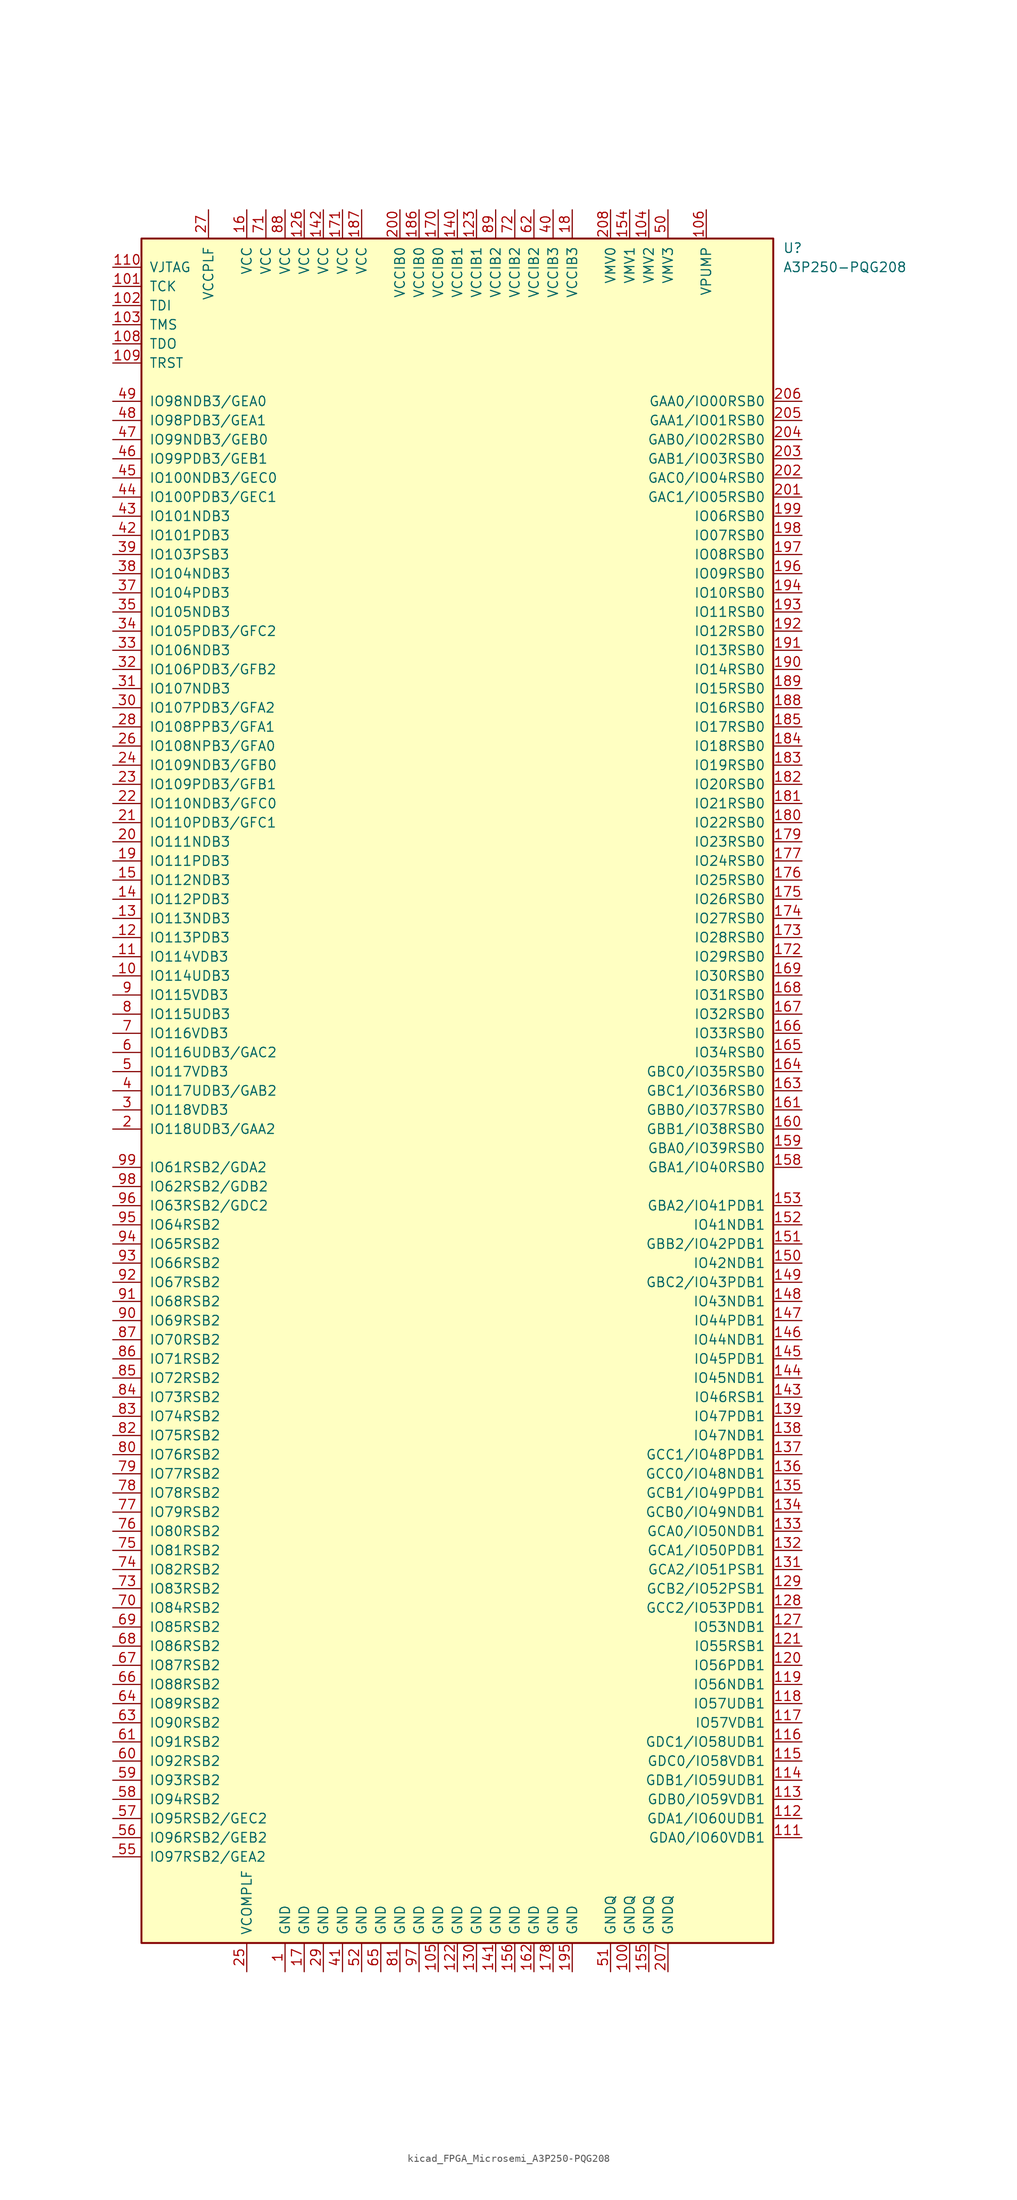
<source format=kicad_sym>
(kicad_symbol_lib
  (version 20220914)
  (generator kicad_symbol_editor)
  (symbol "kicad_FPGA_Microsemi_A3P250-PQG208"
    (pin_names
      (offset 1.016))
    (property "Reference" "U"
      (at 43.18 111.76 0)
      (effects (font (size 1.27 1.27)) (justify left)))
    (property "Value" "A3P250-PQG208"
      (at 43.18 109.22 0)
      (effects (font (size 1.27 1.27)) (justify left)))
    (symbol "kicad_FPGA_Microsemi_A3P250-PQG208_1_0"
      (rectangle (start -41.91 -113.03) (end 41.91 113.03) (stroke (width 0.254) (type default)) (fill (type background))))
    (symbol "kicad_FPGA_Microsemi_A3P250-PQG208_1_1"
      (pin power_in line (at -22.86 -116.84 90) (length 3.81) (name "GND" (effects (font (size 1.27 1.27)))) (number "1" (effects (font (size 1.27 1.27)))))
      (pin bidirectional line (at -45.72 15.24 0) (length 3.81) (name "IO114UDB3" (effects (font (size 1.27 1.27)))) (number "10" (effects (font (size 1.27 1.27)))))
      (pin power_in line (at 22.86 -116.84 90) (length 3.81) (name "GNDQ" (effects (font (size 1.27 1.27)))) (number "100" (effects (font (size 1.27 1.27)))))
      (pin bidirectional line (at -45.72 106.68 0) (length 3.81) (name "TCK" (effects (font (size 1.27 1.27)))) (number "101" (effects (font (size 1.27 1.27)))))
      (pin bidirectional line (at -45.72 104.14 0) (length 3.81) (name "TDI" (effects (font (size 1.27 1.27)))) (number "102" (effects (font (size 1.27 1.27)))))
      (pin bidirectional line (at -45.72 101.6 0) (length 3.81) (name "TMS" (effects (font (size 1.27 1.27)))) (number "103" (effects (font (size 1.27 1.27)))))
      (pin power_in line (at 25.4 116.84 270) (length 3.81) (name "VMV2" (effects (font (size 1.27 1.27)))) (number "104" (effects (font (size 1.27 1.27)))))
      (pin power_in line (at -2.54 -116.84 90) (length 3.81) (name "GND" (effects (font (size 1.27 1.27)))) (number "105" (effects (font (size 1.27 1.27)))))
      (pin power_in line (at 33.02 116.84 270) (length 3.81) (name "VPUMP" (effects (font (size 1.27 1.27)))) (number "106" (effects (font (size 1.27 1.27)))))
      (pin bidirectional line (at -45.72 99.06 0) (length 3.81) (name "TDO" (effects (font (size 1.27 1.27)))) (number "108" (effects (font (size 1.27 1.27)))))
      (pin bidirectional line (at -45.72 96.52 0) (length 3.81) (name "TRST" (effects (font (size 1.27 1.27)))) (number "109" (effects (font (size 1.27 1.27)))))
      (pin bidirectional line (at -45.72 17.78 0) (length 3.81) (name "IO114VDB3" (effects (font (size 1.27 1.27)))) (number "11" (effects (font (size 1.27 1.27)))))
      (pin power_in line (at -45.72 109.22 0) (length 3.81) (name "VJTAG" (effects (font (size 1.27 1.27)))) (number "110" (effects (font (size 1.27 1.27)))))
      (pin bidirectional line (at 45.72 -99.06 180) (length 3.81) (name "GDA0/IO60VDB1" (effects (font (size 1.27 1.27)))) (number "111" (effects (font (size 1.27 1.27)))))
      (pin bidirectional line (at 45.72 -96.52 180) (length 3.81) (name "GDA1/IO60UDB1" (effects (font (size 1.27 1.27)))) (number "112" (effects (font (size 1.27 1.27)))))
      (pin bidirectional line (at 45.72 -93.98 180) (length 3.81) (name "GDB0/IO59VDB1" (effects (font (size 1.27 1.27)))) (number "113" (effects (font (size 1.27 1.27)))))
      (pin bidirectional line (at 45.72 -91.44 180) (length 3.81) (name "GDB1/IO59UDB1" (effects (font (size 1.27 1.27)))) (number "114" (effects (font (size 1.27 1.27)))))
      (pin bidirectional line (at 45.72 -88.9 180) (length 3.81) (name "GDC0/IO58VDB1" (effects (font (size 1.27 1.27)))) (number "115" (effects (font (size 1.27 1.27)))))
      (pin bidirectional line (at 45.72 -86.36 180) (length 3.81) (name "GDC1/IO58UDB1" (effects (font (size 1.27 1.27)))) (number "116" (effects (font (size 1.27 1.27)))))
      (pin bidirectional line (at 45.72 -83.82 180) (length 3.81) (name "IO57VDB1" (effects (font (size 1.27 1.27)))) (number "117" (effects (font (size 1.27 1.27)))))
      (pin bidirectional line (at 45.72 -81.28 180) (length 3.81) (name "IO57UDB1" (effects (font (size 1.27 1.27)))) (number "118" (effects (font (size 1.27 1.27)))))
      (pin bidirectional line (at 45.72 -78.74 180) (length 3.81) (name "IO56NDB1" (effects (font (size 1.27 1.27)))) (number "119" (effects (font (size 1.27 1.27)))))
      (pin bidirectional line (at -45.72 20.32 0) (length 3.81) (name "IO113PDB3" (effects (font (size 1.27 1.27)))) (number "12" (effects (font (size 1.27 1.27)))))
      (pin bidirectional line (at 45.72 -76.2 180) (length 3.81) (name "IO56PDB1" (effects (font (size 1.27 1.27)))) (number "120" (effects (font (size 1.27 1.27)))))
      (pin bidirectional line (at 45.72 -73.66 180) (length 3.81) (name "IO55RSB1" (effects (font (size 1.27 1.27)))) (number "121" (effects (font (size 1.27 1.27)))))
      (pin power_in line (at 0 -116.84 90) (length 3.81) (name "GND" (effects (font (size 1.27 1.27)))) (number "122" (effects (font (size 1.27 1.27)))))
      (pin power_in line (at 2.54 116.84 270) (length 3.81) (name "VCCIB1" (effects (font (size 1.27 1.27)))) (number "123" (effects (font (size 1.27 1.27)))))
      (pin power_in line (at -20.32 116.84 270) (length 3.81) (name "VCC" (effects (font (size 1.27 1.27)))) (number "126" (effects (font (size 1.27 1.27)))))
      (pin bidirectional line (at 45.72 -71.12 180) (length 3.81) (name "IO53NDB1" (effects (font (size 1.27 1.27)))) (number "127" (effects (font (size 1.27 1.27)))))
      (pin bidirectional line (at 45.72 -68.58 180) (length 3.81) (name "GCC2/IO53PDB1" (effects (font (size 1.27 1.27)))) (number "128" (effects (font (size 1.27 1.27)))))
      (pin bidirectional line (at 45.72 -66.04 180) (length 3.81) (name "GCB2/IO52PSB1" (effects (font (size 1.27 1.27)))) (number "129" (effects (font (size 1.27 1.27)))))
      (pin bidirectional line (at -45.72 22.86 0) (length 3.81) (name "IO113NDB3" (effects (font (size 1.27 1.27)))) (number "13" (effects (font (size 1.27 1.27)))))
      (pin power_in line (at 2.54 -116.84 90) (length 3.81) (name "GND" (effects (font (size 1.27 1.27)))) (number "130" (effects (font (size 1.27 1.27)))))
      (pin bidirectional line (at 45.72 -63.5 180) (length 3.81) (name "GCA2/IO51PSB1" (effects (font (size 1.27 1.27)))) (number "131" (effects (font (size 1.27 1.27)))))
      (pin bidirectional line (at 45.72 -60.96 180) (length 3.81) (name "GCA1/IO50PDB1" (effects (font (size 1.27 1.27)))) (number "132" (effects (font (size 1.27 1.27)))))
      (pin bidirectional line (at 45.72 -58.42 180) (length 3.81) (name "GCA0/IO50NDB1" (effects (font (size 1.27 1.27)))) (number "133" (effects (font (size 1.27 1.27)))))
      (pin bidirectional line (at 45.72 -55.88 180) (length 3.81) (name "GCB0/IO49NDB1" (effects (font (size 1.27 1.27)))) (number "134" (effects (font (size 1.27 1.27)))))
      (pin bidirectional line (at 45.72 -53.34 180) (length 3.81) (name "GCB1/IO49PDB1" (effects (font (size 1.27 1.27)))) (number "135" (effects (font (size 1.27 1.27)))))
      (pin bidirectional line (at 45.72 -50.8 180) (length 3.81) (name "GCC0/IO48NDB1" (effects (font (size 1.27 1.27)))) (number "136" (effects (font (size 1.27 1.27)))))
      (pin bidirectional line (at 45.72 -48.26 180) (length 3.81) (name "GCC1/IO48PDB1" (effects (font (size 1.27 1.27)))) (number "137" (effects (font (size 1.27 1.27)))))
      (pin bidirectional line (at 45.72 -45.72 180) (length 3.81) (name "IO47NDB1" (effects (font (size 1.27 1.27)))) (number "138" (effects (font (size 1.27 1.27)))))
      (pin bidirectional line (at 45.72 -43.18 180) (length 3.81) (name "IO47PDB1" (effects (font (size 1.27 1.27)))) (number "139" (effects (font (size 1.27 1.27)))))
      (pin bidirectional line (at -45.72 25.4 0) (length 3.81) (name "IO112PDB3" (effects (font (size 1.27 1.27)))) (number "14" (effects (font (size 1.27 1.27)))))
      (pin power_in line (at 0 116.84 270) (length 3.81) (name "VCCIB1" (effects (font (size 1.27 1.27)))) (number "140" (effects (font (size 1.27 1.27)))))
      (pin power_in line (at 5.08 -116.84 90) (length 3.81) (name "GND" (effects (font (size 1.27 1.27)))) (number "141" (effects (font (size 1.27 1.27)))))
      (pin power_in line (at -17.78 116.84 270) (length 3.81) (name "VCC" (effects (font (size 1.27 1.27)))) (number "142" (effects (font (size 1.27 1.27)))))
      (pin bidirectional line (at 45.72 -40.64 180) (length 3.81) (name "IO46RSB1" (effects (font (size 1.27 1.27)))) (number "143" (effects (font (size 1.27 1.27)))))
      (pin bidirectional line (at 45.72 -38.1 180) (length 3.81) (name "IO45NDB1" (effects (font (size 1.27 1.27)))) (number "144" (effects (font (size 1.27 1.27)))))
      (pin bidirectional line (at 45.72 -35.56 180) (length 3.81) (name "IO45PDB1" (effects (font (size 1.27 1.27)))) (number "145" (effects (font (size 1.27 1.27)))))
      (pin bidirectional line (at 45.72 -33.02 180) (length 3.81) (name "IO44NDB1" (effects (font (size 1.27 1.27)))) (number "146" (effects (font (size 1.27 1.27)))))
      (pin bidirectional line (at 45.72 -30.48 180) (length 3.81) (name "IO44PDB1" (effects (font (size 1.27 1.27)))) (number "147" (effects (font (size 1.27 1.27)))))
      (pin bidirectional line (at 45.72 -27.94 180) (length 3.81) (name "IO43NDB1" (effects (font (size 1.27 1.27)))) (number "148" (effects (font (size 1.27 1.27)))))
      (pin bidirectional line (at 45.72 -25.4 180) (length 3.81) (name "GBC2/IO43PDB1" (effects (font (size 1.27 1.27)))) (number "149" (effects (font (size 1.27 1.27)))))
      (pin bidirectional line (at -45.72 27.94 0) (length 3.81) (name "IO112NDB3" (effects (font (size 1.27 1.27)))) (number "15" (effects (font (size 1.27 1.27)))))
      (pin bidirectional line (at 45.72 -22.86 180) (length 3.81) (name "IO42NDB1" (effects (font (size 1.27 1.27)))) (number "150" (effects (font (size 1.27 1.27)))))
      (pin bidirectional line (at 45.72 -20.32 180) (length 3.81) (name "GBB2/IO42PDB1" (effects (font (size 1.27 1.27)))) (number "151" (effects (font (size 1.27 1.27)))))
      (pin bidirectional line (at 45.72 -17.78 180) (length 3.81) (name "IO41NDB1" (effects (font (size 1.27 1.27)))) (number "152" (effects (font (size 1.27 1.27)))))
      (pin bidirectional line (at 45.72 -15.24 180) (length 3.81) (name "GBA2/IO41PDB1" (effects (font (size 1.27 1.27)))) (number "153" (effects (font (size 1.27 1.27)))))
      (pin power_in line (at 22.86 116.84 270) (length 3.81) (name "VMV1" (effects (font (size 1.27 1.27)))) (number "154" (effects (font (size 1.27 1.27)))))
      (pin power_in line (at 25.4 -116.84 90) (length 3.81) (name "GNDQ" (effects (font (size 1.27 1.27)))) (number "155" (effects (font (size 1.27 1.27)))))
      (pin power_in line (at 7.62 -116.84 90) (length 3.81) (name "GND" (effects (font (size 1.27 1.27)))) (number "156" (effects (font (size 1.27 1.27)))))
      (pin bidirectional line (at 45.72 -10.16 180) (length 3.81) (name "GBA1/IO40RSB0" (effects (font (size 1.27 1.27)))) (number "158" (effects (font (size 1.27 1.27)))))
      (pin bidirectional line (at 45.72 -7.62 180) (length 3.81) (name "GBA0/IO39RSB0" (effects (font (size 1.27 1.27)))) (number "159" (effects (font (size 1.27 1.27)))))
      (pin power_in line (at -27.94 116.84 270) (length 3.81) (name "VCC" (effects (font (size 1.27 1.27)))) (number "16" (effects (font (size 1.27 1.27)))))
      (pin bidirectional line (at 45.72 -5.08 180) (length 3.81) (name "GBB1/IO38RSB0" (effects (font (size 1.27 1.27)))) (number "160" (effects (font (size 1.27 1.27)))))
      (pin bidirectional line (at 45.72 -2.54 180) (length 3.81) (name "GBB0/IO37RSB0" (effects (font (size 1.27 1.27)))) (number "161" (effects (font (size 1.27 1.27)))))
      (pin power_in line (at 10.16 -116.84 90) (length 3.81) (name "GND" (effects (font (size 1.27 1.27)))) (number "162" (effects (font (size 1.27 1.27)))))
      (pin bidirectional line (at 45.72 0 180) (length 3.81) (name "GBC1/IO36RSB0" (effects (font (size 1.27 1.27)))) (number "163" (effects (font (size 1.27 1.27)))))
      (pin bidirectional line (at 45.72 2.54 180) (length 3.81) (name "GBC0/IO35RSB0" (effects (font (size 1.27 1.27)))) (number "164" (effects (font (size 1.27 1.27)))))
      (pin bidirectional line (at 45.72 5.08 180) (length 3.81) (name "IO34RSB0" (effects (font (size 1.27 1.27)))) (number "165" (effects (font (size 1.27 1.27)))))
      (pin bidirectional line (at 45.72 7.62 180) (length 3.81) (name "IO33RSB0" (effects (font (size 1.27 1.27)))) (number "166" (effects (font (size 1.27 1.27)))))
      (pin bidirectional line (at 45.72 10.16 180) (length 3.81) (name "IO32RSB0" (effects (font (size 1.27 1.27)))) (number "167" (effects (font (size 1.27 1.27)))))
      (pin bidirectional line (at 45.72 12.7 180) (length 3.81) (name "IO31RSB0" (effects (font (size 1.27 1.27)))) (number "168" (effects (font (size 1.27 1.27)))))
      (pin bidirectional line (at 45.72 15.24 180) (length 3.81) (name "IO30RSB0" (effects (font (size 1.27 1.27)))) (number "169" (effects (font (size 1.27 1.27)))))
      (pin power_in line (at -20.32 -116.84 90) (length 3.81) (name "GND" (effects (font (size 1.27 1.27)))) (number "17" (effects (font (size 1.27 1.27)))))
      (pin power_in line (at -2.54 116.84 270) (length 3.81) (name "VCCIB0" (effects (font (size 1.27 1.27)))) (number "170" (effects (font (size 1.27 1.27)))))
      (pin power_in line (at -15.24 116.84 270) (length 3.81) (name "VCC" (effects (font (size 1.27 1.27)))) (number "171" (effects (font (size 1.27 1.27)))))
      (pin bidirectional line (at 45.72 17.78 180) (length 3.81) (name "IO29RSB0" (effects (font (size 1.27 1.27)))) (number "172" (effects (font (size 1.27 1.27)))))
      (pin bidirectional line (at 45.72 20.32 180) (length 3.81) (name "IO28RSB0" (effects (font (size 1.27 1.27)))) (number "173" (effects (font (size 1.27 1.27)))))
      (pin bidirectional line (at 45.72 22.86 180) (length 3.81) (name "IO27RSB0" (effects (font (size 1.27 1.27)))) (number "174" (effects (font (size 1.27 1.27)))))
      (pin bidirectional line (at 45.72 25.4 180) (length 3.81) (name "IO26RSB0" (effects (font (size 1.27 1.27)))) (number "175" (effects (font (size 1.27 1.27)))))
      (pin bidirectional line (at 45.72 27.94 180) (length 3.81) (name "IO25RSB0" (effects (font (size 1.27 1.27)))) (number "176" (effects (font (size 1.27 1.27)))))
      (pin bidirectional line (at 45.72 30.48 180) (length 3.81) (name "IO24RSB0" (effects (font (size 1.27 1.27)))) (number "177" (effects (font (size 1.27 1.27)))))
      (pin power_in line (at 12.7 -116.84 90) (length 3.81) (name "GND" (effects (font (size 1.27 1.27)))) (number "178" (effects (font (size 1.27 1.27)))))
      (pin bidirectional line (at 45.72 33.02 180) (length 3.81) (name "IO23RSB0" (effects (font (size 1.27 1.27)))) (number "179" (effects (font (size 1.27 1.27)))))
      (pin power_in line (at 15.24 116.84 270) (length 3.81) (name "VCCIB3" (effects (font (size 1.27 1.27)))) (number "18" (effects (font (size 1.27 1.27)))))
      (pin bidirectional line (at 45.72 35.56 180) (length 3.81) (name "IO22RSB0" (effects (font (size 1.27 1.27)))) (number "180" (effects (font (size 1.27 1.27)))))
      (pin bidirectional line (at 45.72 38.1 180) (length 3.81) (name "IO21RSB0" (effects (font (size 1.27 1.27)))) (number "181" (effects (font (size 1.27 1.27)))))
      (pin bidirectional line (at 45.72 40.64 180) (length 3.81) (name "IO20RSB0" (effects (font (size 1.27 1.27)))) (number "182" (effects (font (size 1.27 1.27)))))
      (pin bidirectional line (at 45.72 43.18 180) (length 3.81) (name "IO19RSB0" (effects (font (size 1.27 1.27)))) (number "183" (effects (font (size 1.27 1.27)))))
      (pin bidirectional line (at 45.72 45.72 180) (length 3.81) (name "IO18RSB0" (effects (font (size 1.27 1.27)))) (number "184" (effects (font (size 1.27 1.27)))))
      (pin bidirectional line (at 45.72 48.26 180) (length 3.81) (name "IO17RSB0" (effects (font (size 1.27 1.27)))) (number "185" (effects (font (size 1.27 1.27)))))
      (pin power_in line (at -5.08 116.84 270) (length 3.81) (name "VCCIB0" (effects (font (size 1.27 1.27)))) (number "186" (effects (font (size 1.27 1.27)))))
      (pin power_in line (at -12.7 116.84 270) (length 3.81) (name "VCC" (effects (font (size 1.27 1.27)))) (number "187" (effects (font (size 1.27 1.27)))))
      (pin bidirectional line (at 45.72 50.8 180) (length 3.81) (name "IO16RSB0" (effects (font (size 1.27 1.27)))) (number "188" (effects (font (size 1.27 1.27)))))
      (pin bidirectional line (at 45.72 53.34 180) (length 3.81) (name "IO15RSB0" (effects (font (size 1.27 1.27)))) (number "189" (effects (font (size 1.27 1.27)))))
      (pin bidirectional line (at -45.72 30.48 0) (length 3.81) (name "IO111PDB3" (effects (font (size 1.27 1.27)))) (number "19" (effects (font (size 1.27 1.27)))))
      (pin bidirectional line (at 45.72 55.88 180) (length 3.81) (name "IO14RSB0" (effects (font (size 1.27 1.27)))) (number "190" (effects (font (size 1.27 1.27)))))
      (pin bidirectional line (at 45.72 58.42 180) (length 3.81) (name "IO13RSB0" (effects (font (size 1.27 1.27)))) (number "191" (effects (font (size 1.27 1.27)))))
      (pin bidirectional line (at 45.72 60.96 180) (length 3.81) (name "IO12RSB0" (effects (font (size 1.27 1.27)))) (number "192" (effects (font (size 1.27 1.27)))))
      (pin bidirectional line (at 45.72 63.5 180) (length 3.81) (name "IO11RSB0" (effects (font (size 1.27 1.27)))) (number "193" (effects (font (size 1.27 1.27)))))
      (pin bidirectional line (at 45.72 66.04 180) (length 3.81) (name "IO10RSB0" (effects (font (size 1.27 1.27)))) (number "194" (effects (font (size 1.27 1.27)))))
      (pin power_in line (at 15.24 -116.84 90) (length 3.81) (name "GND" (effects (font (size 1.27 1.27)))) (number "195" (effects (font (size 1.27 1.27)))))
      (pin bidirectional line (at 45.72 68.58 180) (length 3.81) (name "IO09RSB0" (effects (font (size 1.27 1.27)))) (number "196" (effects (font (size 1.27 1.27)))))
      (pin bidirectional line (at 45.72 71.12 180) (length 3.81) (name "IO08RSB0" (effects (font (size 1.27 1.27)))) (number "197" (effects (font (size 1.27 1.27)))))
      (pin bidirectional line (at 45.72 73.66 180) (length 3.81) (name "IO07RSB0" (effects (font (size 1.27 1.27)))) (number "198" (effects (font (size 1.27 1.27)))))
      (pin bidirectional line (at 45.72 76.2 180) (length 3.81) (name "IO06RSB0" (effects (font (size 1.27 1.27)))) (number "199" (effects (font (size 1.27 1.27)))))
      (pin bidirectional line (at -45.72 -5.08 0) (length 3.81) (name "IO118UDB3/GAA2" (effects (font (size 1.27 1.27)))) (number "2" (effects (font (size 1.27 1.27)))))
      (pin bidirectional line (at -45.72 33.02 0) (length 3.81) (name "IO111NDB3" (effects (font (size 1.27 1.27)))) (number "20" (effects (font (size 1.27 1.27)))))
      (pin power_in line (at -7.62 116.84 270) (length 3.81) (name "VCCIB0" (effects (font (size 1.27 1.27)))) (number "200" (effects (font (size 1.27 1.27)))))
      (pin bidirectional line (at 45.72 78.74 180) (length 3.81) (name "GAC1/IO05RSB0" (effects (font (size 1.27 1.27)))) (number "201" (effects (font (size 1.27 1.27)))))
      (pin bidirectional line (at 45.72 81.28 180) (length 3.81) (name "GAC0/IO04RSB0" (effects (font (size 1.27 1.27)))) (number "202" (effects (font (size 1.27 1.27)))))
      (pin bidirectional line (at 45.72 83.82 180) (length 3.81) (name "GAB1/IO03RSB0" (effects (font (size 1.27 1.27)))) (number "203" (effects (font (size 1.27 1.27)))))
      (pin bidirectional line (at 45.72 86.36 180) (length 3.81) (name "GAB0/IO02RSB0" (effects (font (size 1.27 1.27)))) (number "204" (effects (font (size 1.27 1.27)))))
      (pin bidirectional line (at 45.72 88.9 180) (length 3.81) (name "GAA1/IO01RSB0" (effects (font (size 1.27 1.27)))) (number "205" (effects (font (size 1.27 1.27)))))
      (pin bidirectional line (at 45.72 91.44 180) (length 3.81) (name "GAA0/IO00RSB0" (effects (font (size 1.27 1.27)))) (number "206" (effects (font (size 1.27 1.27)))))
      (pin power_in line (at 27.94 -116.84 90) (length 3.81) (name "GNDQ" (effects (font (size 1.27 1.27)))) (number "207" (effects (font (size 1.27 1.27)))))
      (pin power_in line (at 20.32 116.84 270) (length 3.81) (name "VMV0" (effects (font (size 1.27 1.27)))) (number "208" (effects (font (size 1.27 1.27)))))
      (pin bidirectional line (at -45.72 35.56 0) (length 3.81) (name "IO110PDB3/GFC1" (effects (font (size 1.27 1.27)))) (number "21" (effects (font (size 1.27 1.27)))))
      (pin bidirectional line (at -45.72 38.1 0) (length 3.81) (name "IO110NDB3/GFC0" (effects (font (size 1.27 1.27)))) (number "22" (effects (font (size 1.27 1.27)))))
      (pin bidirectional line (at -45.72 40.64 0) (length 3.81) (name "IO109PDB3/GFB1" (effects (font (size 1.27 1.27)))) (number "23" (effects (font (size 1.27 1.27)))))
      (pin bidirectional line (at -45.72 43.18 0) (length 3.81) (name "IO109NDB3/GFB0" (effects (font (size 1.27 1.27)))) (number "24" (effects (font (size 1.27 1.27)))))
      (pin power_in line (at -27.94 -116.84 90) (length 3.81) (name "VCOMPLF" (effects (font (size 1.27 1.27)))) (number "25" (effects (font (size 1.27 1.27)))))
      (pin bidirectional line (at -45.72 45.72 0) (length 3.81) (name "IO108NPB3/GFA0" (effects (font (size 1.27 1.27)))) (number "26" (effects (font (size 1.27 1.27)))))
      (pin power_in line (at -33.02 116.84 270) (length 3.81) (name "VCCPLF" (effects (font (size 1.27 1.27)))) (number "27" (effects (font (size 1.27 1.27)))))
      (pin bidirectional line (at -45.72 48.26 0) (length 3.81) (name "IO108PPB3/GFA1" (effects (font (size 1.27 1.27)))) (number "28" (effects (font (size 1.27 1.27)))))
      (pin power_in line (at -17.78 -116.84 90) (length 3.81) (name "GND" (effects (font (size 1.27 1.27)))) (number "29" (effects (font (size 1.27 1.27)))))
      (pin bidirectional line (at -45.72 -2.54 0) (length 3.81) (name "IO118VDB3" (effects (font (size 1.27 1.27)))) (number "3" (effects (font (size 1.27 1.27)))))
      (pin bidirectional line (at -45.72 50.8 0) (length 3.81) (name "IO107PDB3/GFA2" (effects (font (size 1.27 1.27)))) (number "30" (effects (font (size 1.27 1.27)))))
      (pin bidirectional line (at -45.72 53.34 0) (length 3.81) (name "IO107NDB3" (effects (font (size 1.27 1.27)))) (number "31" (effects (font (size 1.27 1.27)))))
      (pin bidirectional line (at -45.72 55.88 0) (length 3.81) (name "IO106PDB3/GFB2" (effects (font (size 1.27 1.27)))) (number "32" (effects (font (size 1.27 1.27)))))
      (pin bidirectional line (at -45.72 58.42 0) (length 3.81) (name "IO106NDB3" (effects (font (size 1.27 1.27)))) (number "33" (effects (font (size 1.27 1.27)))))
      (pin bidirectional line (at -45.72 60.96 0) (length 3.81) (name "IO105PDB3/GFC2" (effects (font (size 1.27 1.27)))) (number "34" (effects (font (size 1.27 1.27)))))
      (pin bidirectional line (at -45.72 63.5 0) (length 3.81) (name "IO105NDB3" (effects (font (size 1.27 1.27)))) (number "35" (effects (font (size 1.27 1.27)))))
      (pin bidirectional line (at -45.72 66.04 0) (length 3.81) (name "IO104PDB3" (effects (font (size 1.27 1.27)))) (number "37" (effects (font (size 1.27 1.27)))))
      (pin bidirectional line (at -45.72 68.58 0) (length 3.81) (name "IO104NDB3" (effects (font (size 1.27 1.27)))) (number "38" (effects (font (size 1.27 1.27)))))
      (pin bidirectional line (at -45.72 71.12 0) (length 3.81) (name "IO103PSB3" (effects (font (size 1.27 1.27)))) (number "39" (effects (font (size 1.27 1.27)))))
      (pin bidirectional line (at -45.72 0 0) (length 3.81) (name "IO117UDB3/GAB2" (effects (font (size 1.27 1.27)))) (number "4" (effects (font (size 1.27 1.27)))))
      (pin power_in line (at 12.7 116.84 270) (length 3.81) (name "VCCIB3" (effects (font (size 1.27 1.27)))) (number "40" (effects (font (size 1.27 1.27)))))
      (pin power_in line (at -15.24 -116.84 90) (length 3.81) (name "GND" (effects (font (size 1.27 1.27)))) (number "41" (effects (font (size 1.27 1.27)))))
      (pin bidirectional line (at -45.72 73.66 0) (length 3.81) (name "IO101PDB3" (effects (font (size 1.27 1.27)))) (number "42" (effects (font (size 1.27 1.27)))))
      (pin bidirectional line (at -45.72 76.2 0) (length 3.81) (name "IO101NDB3" (effects (font (size 1.27 1.27)))) (number "43" (effects (font (size 1.27 1.27)))))
      (pin bidirectional line (at -45.72 78.74 0) (length 3.81) (name "IO100PDB3/GEC1" (effects (font (size 1.27 1.27)))) (number "44" (effects (font (size 1.27 1.27)))))
      (pin bidirectional line (at -45.72 81.28 0) (length 3.81) (name "IO100NDB3/GEC0" (effects (font (size 1.27 1.27)))) (number "45" (effects (font (size 1.27 1.27)))))
      (pin bidirectional line (at -45.72 83.82 0) (length 3.81) (name "IO99PDB3/GEB1" (effects (font (size 1.27 1.27)))) (number "46" (effects (font (size 1.27 1.27)))))
      (pin bidirectional line (at -45.72 86.36 0) (length 3.81) (name "IO99NDB3/GEB0" (effects (font (size 1.27 1.27)))) (number "47" (effects (font (size 1.27 1.27)))))
      (pin bidirectional line (at -45.72 88.9 0) (length 3.81) (name "IO98PDB3/GEA1" (effects (font (size 1.27 1.27)))) (number "48" (effects (font (size 1.27 1.27)))))
      (pin bidirectional line (at -45.72 91.44 0) (length 3.81) (name "IO98NDB3/GEA0" (effects (font (size 1.27 1.27)))) (number "49" (effects (font (size 1.27 1.27)))))
      (pin bidirectional line (at -45.72 2.54 0) (length 3.81) (name "IO117VDB3" (effects (font (size 1.27 1.27)))) (number "5" (effects (font (size 1.27 1.27)))))
      (pin power_in line (at 27.94 116.84 270) (length 3.81) (name "VMV3" (effects (font (size 1.27 1.27)))) (number "50" (effects (font (size 1.27 1.27)))))
      (pin power_in line (at 20.32 -116.84 90) (length 3.81) (name "GNDQ" (effects (font (size 1.27 1.27)))) (number "51" (effects (font (size 1.27 1.27)))))
      (pin power_in line (at -12.7 -116.84 90) (length 3.81) (name "GND" (effects (font (size 1.27 1.27)))) (number "52" (effects (font (size 1.27 1.27)))))
      (pin bidirectional line (at -45.72 -101.6 0) (length 3.81) (name "IO97RSB2/GEA2" (effects (font (size 1.27 1.27)))) (number "55" (effects (font (size 1.27 1.27)))))
      (pin bidirectional line (at -45.72 -99.06 0) (length 3.81) (name "IO96RSB2/GEB2" (effects (font (size 1.27 1.27)))) (number "56" (effects (font (size 1.27 1.27)))))
      (pin bidirectional line (at -45.72 -96.52 0) (length 3.81) (name "IO95RSB2/GEC2" (effects (font (size 1.27 1.27)))) (number "57" (effects (font (size 1.27 1.27)))))
      (pin bidirectional line (at -45.72 -93.98 0) (length 3.81) (name "IO94RSB2" (effects (font (size 1.27 1.27)))) (number "58" (effects (font (size 1.27 1.27)))))
      (pin bidirectional line (at -45.72 -91.44 0) (length 3.81) (name "IO93RSB2" (effects (font (size 1.27 1.27)))) (number "59" (effects (font (size 1.27 1.27)))))
      (pin bidirectional line (at -45.72 5.08 0) (length 3.81) (name "IO116UDB3/GAC2" (effects (font (size 1.27 1.27)))) (number "6" (effects (font (size 1.27 1.27)))))
      (pin bidirectional line (at -45.72 -88.9 0) (length 3.81) (name "IO92RSB2" (effects (font (size 1.27 1.27)))) (number "60" (effects (font (size 1.27 1.27)))))
      (pin bidirectional line (at -45.72 -86.36 0) (length 3.81) (name "IO91RSB2" (effects (font (size 1.27 1.27)))) (number "61" (effects (font (size 1.27 1.27)))))
      (pin power_in line (at 10.16 116.84 270) (length 3.81) (name "VCCIB2" (effects (font (size 1.27 1.27)))) (number "62" (effects (font (size 1.27 1.27)))))
      (pin bidirectional line (at -45.72 -83.82 0) (length 3.81) (name "IO90RSB2" (effects (font (size 1.27 1.27)))) (number "63" (effects (font (size 1.27 1.27)))))
      (pin bidirectional line (at -45.72 -81.28 0) (length 3.81) (name "IO89RSB2" (effects (font (size 1.27 1.27)))) (number "64" (effects (font (size 1.27 1.27)))))
      (pin power_in line (at -10.16 -116.84 90) (length 3.81) (name "GND" (effects (font (size 1.27 1.27)))) (number "65" (effects (font (size 1.27 1.27)))))
      (pin bidirectional line (at -45.72 -78.74 0) (length 3.81) (name "IO88RSB2" (effects (font (size 1.27 1.27)))) (number "66" (effects (font (size 1.27 1.27)))))
      (pin bidirectional line (at -45.72 -76.2 0) (length 3.81) (name "IO87RSB2" (effects (font (size 1.27 1.27)))) (number "67" (effects (font (size 1.27 1.27)))))
      (pin bidirectional line (at -45.72 -73.66 0) (length 3.81) (name "IO86RSB2" (effects (font (size 1.27 1.27)))) (number "68" (effects (font (size 1.27 1.27)))))
      (pin bidirectional line (at -45.72 -71.12 0) (length 3.81) (name "IO85RSB2" (effects (font (size 1.27 1.27)))) (number "69" (effects (font (size 1.27 1.27)))))
      (pin bidirectional line (at -45.72 7.62 0) (length 3.81) (name "IO116VDB3" (effects (font (size 1.27 1.27)))) (number "7" (effects (font (size 1.27 1.27)))))
      (pin bidirectional line (at -45.72 -68.58 0) (length 3.81) (name "IO84RSB2" (effects (font (size 1.27 1.27)))) (number "70" (effects (font (size 1.27 1.27)))))
      (pin power_in line (at -25.4 116.84 270) (length 3.81) (name "VCC" (effects (font (size 1.27 1.27)))) (number "71" (effects (font (size 1.27 1.27)))))
      (pin power_in line (at 7.62 116.84 270) (length 3.81) (name "VCCIB2" (effects (font (size 1.27 1.27)))) (number "72" (effects (font (size 1.27 1.27)))))
      (pin bidirectional line (at -45.72 -66.04 0) (length 3.81) (name "IO83RSB2" (effects (font (size 1.27 1.27)))) (number "73" (effects (font (size 1.27 1.27)))))
      (pin bidirectional line (at -45.72 -63.5 0) (length 3.81) (name "IO82RSB2" (effects (font (size 1.27 1.27)))) (number "74" (effects (font (size 1.27 1.27)))))
      (pin bidirectional line (at -45.72 -60.96 0) (length 3.81) (name "IO81RSB2" (effects (font (size 1.27 1.27)))) (number "75" (effects (font (size 1.27 1.27)))))
      (pin bidirectional line (at -45.72 -58.42 0) (length 3.81) (name "IO80RSB2" (effects (font (size 1.27 1.27)))) (number "76" (effects (font (size 1.27 1.27)))))
      (pin bidirectional line (at -45.72 -55.88 0) (length 3.81) (name "IO79RSB2" (effects (font (size 1.27 1.27)))) (number "77" (effects (font (size 1.27 1.27)))))
      (pin bidirectional line (at -45.72 -53.34 0) (length 3.81) (name "IO78RSB2" (effects (font (size 1.27 1.27)))) (number "78" (effects (font (size 1.27 1.27)))))
      (pin bidirectional line (at -45.72 -50.8 0) (length 3.81) (name "IO77RSB2" (effects (font (size 1.27 1.27)))) (number "79" (effects (font (size 1.27 1.27)))))
      (pin bidirectional line (at -45.72 10.16 0) (length 3.81) (name "IO115UDB3" (effects (font (size 1.27 1.27)))) (number "8" (effects (font (size 1.27 1.27)))))
      (pin bidirectional line (at -45.72 -48.26 0) (length 3.81) (name "IO76RSB2" (effects (font (size 1.27 1.27)))) (number "80" (effects (font (size 1.27 1.27)))))
      (pin power_in line (at -7.62 -116.84 90) (length 3.81) (name "GND" (effects (font (size 1.27 1.27)))) (number "81" (effects (font (size 1.27 1.27)))))
      (pin bidirectional line (at -45.72 -45.72 0) (length 3.81) (name "IO75RSB2" (effects (font (size 1.27 1.27)))) (number "82" (effects (font (size 1.27 1.27)))))
      (pin bidirectional line (at -45.72 -43.18 0) (length 3.81) (name "IO74RSB2" (effects (font (size 1.27 1.27)))) (number "83" (effects (font (size 1.27 1.27)))))
      (pin bidirectional line (at -45.72 -40.64 0) (length 3.81) (name "IO73RSB2" (effects (font (size 1.27 1.27)))) (number "84" (effects (font (size 1.27 1.27)))))
      (pin bidirectional line (at -45.72 -38.1 0) (length 3.81) (name "IO72RSB2" (effects (font (size 1.27 1.27)))) (number "85" (effects (font (size 1.27 1.27)))))
      (pin bidirectional line (at -45.72 -35.56 0) (length 3.81) (name "IO71RSB2" (effects (font (size 1.27 1.27)))) (number "86" (effects (font (size 1.27 1.27)))))
      (pin bidirectional line (at -45.72 -33.02 0) (length 3.81) (name "IO70RSB2" (effects (font (size 1.27 1.27)))) (number "87" (effects (font (size 1.27 1.27)))))
      (pin power_in line (at -22.86 116.84 270) (length 3.81) (name "VCC" (effects (font (size 1.27 1.27)))) (number "88" (effects (font (size 1.27 1.27)))))
      (pin power_in line (at 5.08 116.84 270) (length 3.81) (name "VCCIB2" (effects (font (size 1.27 1.27)))) (number "89" (effects (font (size 1.27 1.27)))))
      (pin bidirectional line (at -45.72 12.7 0) (length 3.81) (name "IO115VDB3" (effects (font (size 1.27 1.27)))) (number "9" (effects (font (size 1.27 1.27)))))
      (pin bidirectional line (at -45.72 -30.48 0) (length 3.81) (name "IO69RSB2" (effects (font (size 1.27 1.27)))) (number "90" (effects (font (size 1.27 1.27)))))
      (pin bidirectional line (at -45.72 -27.94 0) (length 3.81) (name "IO68RSB2" (effects (font (size 1.27 1.27)))) (number "91" (effects (font (size 1.27 1.27)))))
      (pin bidirectional line (at -45.72 -25.4 0) (length 3.81) (name "IO67RSB2" (effects (font (size 1.27 1.27)))) (number "92" (effects (font (size 1.27 1.27)))))
      (pin bidirectional line (at -45.72 -22.86 0) (length 3.81) (name "IO66RSB2" (effects (font (size 1.27 1.27)))) (number "93" (effects (font (size 1.27 1.27)))))
      (pin bidirectional line (at -45.72 -20.32 0) (length 3.81) (name "IO65RSB2" (effects (font (size 1.27 1.27)))) (number "94" (effects (font (size 1.27 1.27)))))
      (pin bidirectional line (at -45.72 -17.78 0) (length 3.81) (name "IO64RSB2" (effects (font (size 1.27 1.27)))) (number "95" (effects (font (size 1.27 1.27)))))
      (pin bidirectional line (at -45.72 -15.24 0) (length 3.81) (name "IO63RSB2/GDC2" (effects (font (size 1.27 1.27)))) (number "96" (effects (font (size 1.27 1.27)))))
      (pin power_in line (at -5.08 -116.84 90) (length 3.81) (name "GND" (effects (font (size 1.27 1.27)))) (number "97" (effects (font (size 1.27 1.27)))))
      (pin bidirectional line (at -45.72 -12.7 0) (length 3.81) (name "IO62RSB2/GDB2" (effects (font (size 1.27 1.27)))) (number "98" (effects (font (size 1.27 1.27)))))
      (pin bidirectional line (at -45.72 -10.16 0) (length 3.81) (name "IO61RSB2/GDA2" (effects (font (size 1.27 1.27)))) (number "99" (effects (font (size 1.27 1.27))))))))
</source>
